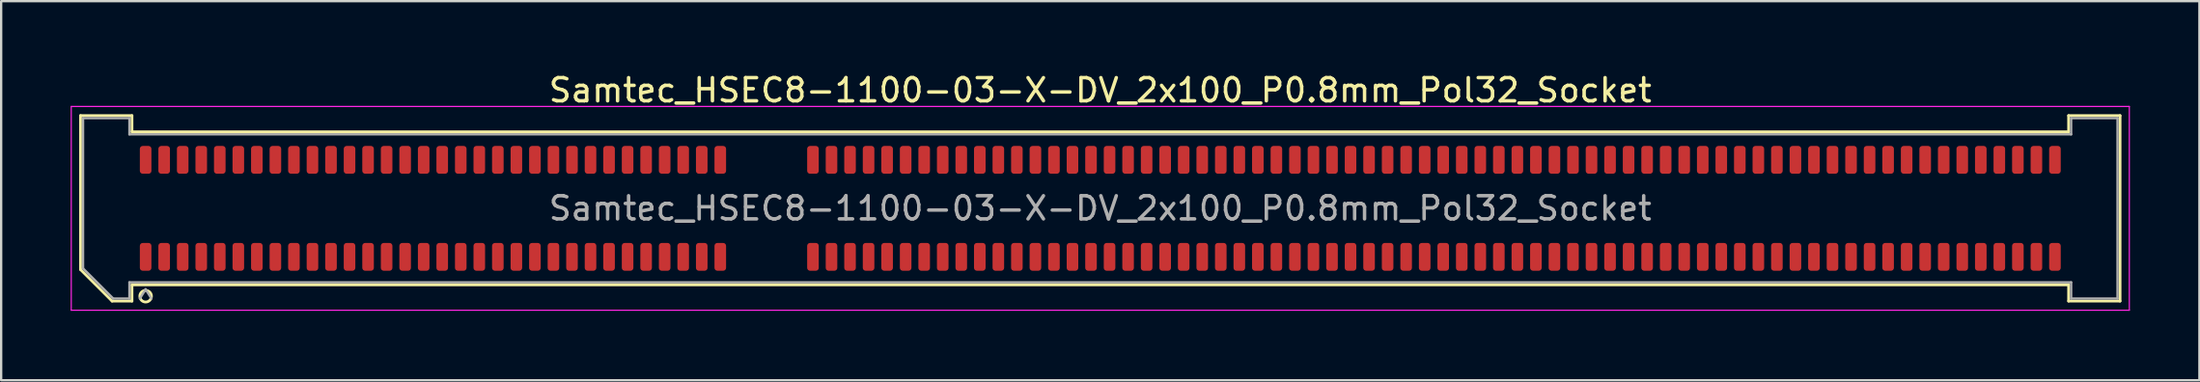
<source format=kicad_pcb>
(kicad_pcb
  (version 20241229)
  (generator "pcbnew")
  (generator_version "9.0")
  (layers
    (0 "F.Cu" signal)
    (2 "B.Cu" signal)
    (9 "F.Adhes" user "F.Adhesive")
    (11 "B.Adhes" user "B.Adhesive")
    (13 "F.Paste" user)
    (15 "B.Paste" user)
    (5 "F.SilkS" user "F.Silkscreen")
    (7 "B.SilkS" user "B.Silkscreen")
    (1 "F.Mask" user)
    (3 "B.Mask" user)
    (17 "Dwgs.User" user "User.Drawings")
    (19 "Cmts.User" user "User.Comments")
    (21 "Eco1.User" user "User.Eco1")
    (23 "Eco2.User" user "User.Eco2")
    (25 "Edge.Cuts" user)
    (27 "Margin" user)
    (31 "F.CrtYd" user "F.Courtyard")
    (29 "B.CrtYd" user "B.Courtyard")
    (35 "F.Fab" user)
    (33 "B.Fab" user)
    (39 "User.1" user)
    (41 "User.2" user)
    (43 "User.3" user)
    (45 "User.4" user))
  (footprint "Samtec_HSEC8-1100-03-X-DV_2x100_P0.8mm_Pol32_Socket"
    (layer "F.Cu")
    (at 44.435 5.948)
    (property "Reference" "Samtec_HSEC8-1100-03-X-DV_2x100_P0.8mm_Pol32_Socket" (at 0 -5.1 0) (layer "F.SilkS") (effects (font (size 1 1) (thickness 0.15))))
    (attr smd)
    (fp_line (start -44.01 -4.005) (end -41.79 -4.005) (stroke (width 0.12) (type solid)) (layer "F.SilkS"))
    (fp_line (start -44.01 2.641) (end -44.01 -4.005) (stroke (width 0.12) (type solid)) (layer "F.SilkS"))
    (fp_line (start -42.646 4.005) (end -44.01 2.641) (stroke (width 0.12) (type solid)) (layer "F.SilkS"))
    (fp_line (start -41.79 -4.005) (end -41.79 -3.305) (stroke (width 0.12) (type solid)) (layer "F.SilkS"))
    (fp_line (start -41.79 -3.305) (end 41.79 -3.305) (stroke (width 0.12) (type solid)) (layer "F.SilkS"))
    (fp_line (start -41.79 3.305) (end -41.79 4.005) (stroke (width 0.12) (type solid)) (layer "F.SilkS"))
    (fp_line (start -41.79 4.005) (end -42.646 4.005) (stroke (width 0.12) (type solid)) (layer "F.SilkS"))
    (fp_line (start 41.79 -4.005) (end 44.01 -4.005) (stroke (width 0.12) (type solid)) (layer "F.SilkS"))
    (fp_line (start 41.79 -3.305) (end 41.79 -4.005) (stroke (width 0.12) (type solid)) (layer "F.SilkS"))
    (fp_line (start 41.79 3.305) (end -41.79 3.305) (stroke (width 0.12) (type solid)) (layer "F.SilkS"))
    (fp_line (start 41.79 4.005) (end 41.79 3.305) (stroke (width 0.12) (type solid)) (layer "F.SilkS"))
    (fp_line (start 44.01 -4.005) (end 44.01 4.005) (stroke (width 0.12) (type solid)) (layer "F.SilkS"))
    (fp_line (start 44.01 4.005) (end 41.79 4.005) (stroke (width 0.12) (type solid)) (layer "F.SilkS"))
    (fp_arc (start -40.95 3.795) (mid -41.45 3.795) (end -40.95 3.795) (stroke (width 0.12) (type solid)) (layer "F.SilkS"))
    (fp_line (start -44.41 -4.4) (end -44.41 4.4) (stroke (width 0.05) (type solid)) (layer "F.CrtYd"))
    (fp_line (start -44.41 4.4) (end 44.41 4.4) (stroke (width 0.05) (type solid)) (layer "F.CrtYd"))
    (fp_line (start 44.41 -4.4) (end -44.41 -4.4) (stroke (width 0.05) (type solid)) (layer "F.CrtYd"))
    (fp_line (start 44.41 4.4) (end 44.41 -4.4) (stroke (width 0.05) (type solid)) (layer "F.CrtYd"))
    (fp_line (start -43.9 -3.895) (end -41.9 -3.895) (stroke (width 0.1) (type solid)) (layer "F.Fab"))
    (fp_line (start -43.9 2.595) (end -43.9 -3.895) (stroke (width 0.1) (type solid)) (layer "F.Fab"))
    (fp_line (start -42.6 3.895) (end -43.9 2.595) (stroke (width 0.1) (type solid)) (layer "F.Fab"))
    (fp_line (start -41.9 -3.895) (end -41.9 -3.195) (stroke (width 0.1) (type solid)) (layer "F.Fab"))
    (fp_line (start -41.9 -3.195) (end 41.9 -3.195) (stroke (width 0.1) (type solid)) (layer "F.Fab"))
    (fp_line (start -41.9 3.195) (end -41.9 3.895) (stroke (width 0.1) (type solid)) (layer "F.Fab"))
    (fp_line (start -41.9 3.895) (end -42.6 3.895) (stroke (width 0.1) (type solid)) (layer "F.Fab"))
    (fp_line (start -41.2 3.495) (end -41.45 3.895) (stroke (width 0.1) (type solid)) (layer "F.Fab"))
    (fp_line (start -41.2 3.495) (end -40.95 3.895) (stroke (width 0.1) (type solid)) (layer "F.Fab"))
    (fp_line (start 41.9 -3.895) (end 43.9 -3.895) (stroke (width 0.1) (type solid)) (layer "F.Fab"))
    (fp_line (start 41.9 -3.195) (end 41.9 -3.895) (stroke (width 0.1) (type solid)) (layer "F.Fab"))
    (fp_line (start 41.9 3.195) (end -41.9 3.195) (stroke (width 0.1) (type solid)) (layer "F.Fab"))
    (fp_line (start 41.9 3.895) (end 41.9 3.195) (stroke (width 0.1) (type solid)) (layer "F.Fab"))
    (fp_line (start 43.9 -3.895) (end 43.9 3.895) (stroke (width 0.1) (type solid)) (layer "F.Fab"))
    (fp_line (start 43.9 3.895) (end 41.9 3.895) (stroke (width 0.1) (type solid)) (layer "F.Fab"))
    (fp_text user "${REFERENCE}" (at 0 0 0) (layer "F.Fab") (effects (font (size 1 1) (thickness 0.15))))
    (pad "1" smd roundrect (at -41.2 2.095) (size 0.5 1.2) (layers "F.Cu" "F.Mask" "F.Paste") (roundrect_rratio 0.25))
    (pad "2" smd roundrect (at -41.2 -2.095) (size 0.5 1.2) (layers "F.Cu" "F.Mask" "F.Paste") (roundrect_rratio 0.25))
    (pad "3" smd roundrect (at -40.4 2.095) (size 0.5 1.2) (layers "F.Cu" "F.Mask" "F.Paste") (roundrect_rratio 0.25))
    (pad "4" smd roundrect (at -40.4 -2.095) (size 0.5 1.2) (layers "F.Cu" "F.Mask" "F.Paste") (roundrect_rratio 0.25))
    (pad "5" smd roundrect (at -39.6 2.095) (size 0.5 1.2) (layers "F.Cu" "F.Mask" "F.Paste") (roundrect_rratio 0.25))
    (pad "6" smd roundrect (at -39.6 -2.095) (size 0.5 1.2) (layers "F.Cu" "F.Mask" "F.Paste") (roundrect_rratio 0.25))
    (pad "7" smd roundrect (at -38.8 2.095) (size 0.5 1.2) (layers "F.Cu" "F.Mask" "F.Paste") (roundrect_rratio 0.25))
    (pad "8" smd roundrect (at -38.8 -2.095) (size 0.5 1.2) (layers "F.Cu" "F.Mask" "F.Paste") (roundrect_rratio 0.25))
    (pad "9" smd roundrect (at -38 2.095) (size 0.5 1.2) (layers "F.Cu" "F.Mask" "F.Paste") (roundrect_rratio 0.25))
    (pad "10" smd roundrect (at -38 -2.095) (size 0.5 1.2) (layers "F.Cu" "F.Mask" "F.Paste") (roundrect_rratio 0.25))
    (pad "11" smd roundrect (at -37.2 2.095) (size 0.5 1.2) (layers "F.Cu" "F.Mask" "F.Paste") (roundrect_rratio 0.25))
    (pad "12" smd roundrect (at -37.2 -2.095) (size 0.5 1.2) (layers "F.Cu" "F.Mask" "F.Paste") (roundrect_rratio 0.25))
    (pad "13" smd roundrect (at -36.4 2.095) (size 0.5 1.2) (layers "F.Cu" "F.Mask" "F.Paste") (roundrect_rratio 0.25))
    (pad "14" smd roundrect (at -36.4 -2.095) (size 0.5 1.2) (layers "F.Cu" "F.Mask" "F.Paste") (roundrect_rratio 0.25))
    (pad "15" smd roundrect (at -35.6 2.095) (size 0.5 1.2) (layers "F.Cu" "F.Mask" "F.Paste") (roundrect_rratio 0.25))
    (pad "16" smd roundrect (at -35.6 -2.095) (size 0.5 1.2) (layers "F.Cu" "F.Mask" "F.Paste") (roundrect_rratio 0.25))
    (pad "17" smd roundrect (at -34.8 2.095) (size 0.5 1.2) (layers "F.Cu" "F.Mask" "F.Paste") (roundrect_rratio 0.25))
    (pad "18" smd roundrect (at -34.8 -2.095) (size 0.5 1.2) (layers "F.Cu" "F.Mask" "F.Paste") (roundrect_rratio 0.25))
    (pad "19" smd roundrect (at -34 2.095) (size 0.5 1.2) (layers "F.Cu" "F.Mask" "F.Paste") (roundrect_rratio 0.25))
    (pad "20" smd roundrect (at -34 -2.095) (size 0.5 1.2) (layers "F.Cu" "F.Mask" "F.Paste") (roundrect_rratio 0.25))
    (pad "21" smd roundrect (at -33.2 2.095) (size 0.5 1.2) (layers "F.Cu" "F.Mask" "F.Paste") (roundrect_rratio 0.25))
    (pad "22" smd roundrect (at -33.2 -2.095) (size 0.5 1.2) (layers "F.Cu" "F.Mask" "F.Paste") (roundrect_rratio 0.25))
    (pad "23" smd roundrect (at -32.4 2.095) (size 0.5 1.2) (layers "F.Cu" "F.Mask" "F.Paste") (roundrect_rratio 0.25))
    (pad "24" smd roundrect (at -32.4 -2.095) (size 0.5 1.2) (layers "F.Cu" "F.Mask" "F.Paste") (roundrect_rratio 0.25))
    (pad "25" smd roundrect (at -31.6 2.095) (size 0.5 1.2) (layers "F.Cu" "F.Mask" "F.Paste") (roundrect_rratio 0.25))
    (pad "26" smd roundrect (at -31.6 -2.095) (size 0.5 1.2) (layers "F.Cu" "F.Mask" "F.Paste") (roundrect_rratio 0.25))
    (pad "27" smd roundrect (at -30.8 2.095) (size 0.5 1.2) (layers "F.Cu" "F.Mask" "F.Paste") (roundrect_rratio 0.25))
    (pad "28" smd roundrect (at -30.8 -2.095) (size 0.5 1.2) (layers "F.Cu" "F.Mask" "F.Paste") (roundrect_rratio 0.25))
    (pad "29" smd roundrect (at -30 2.095) (size 0.5 1.2) (layers "F.Cu" "F.Mask" "F.Paste") (roundrect_rratio 0.25))
    (pad "30" smd roundrect (at -30 -2.095) (size 0.5 1.2) (layers "F.Cu" "F.Mask" "F.Paste") (roundrect_rratio 0.25))
    (pad "31" smd roundrect (at -29.2 2.095) (size 0.5 1.2) (layers "F.Cu" "F.Mask" "F.Paste") (roundrect_rratio 0.25))
    (pad "32" smd roundrect (at -29.2 -2.095) (size 0.5 1.2) (layers "F.Cu" "F.Mask" "F.Paste") (roundrect_rratio 0.25))
    (pad "33" smd roundrect (at -28.4 2.095) (size 0.5 1.2) (layers "F.Cu" "F.Mask" "F.Paste") (roundrect_rratio 0.25))
    (pad "34" smd roundrect (at -28.4 -2.095) (size 0.5 1.2) (layers "F.Cu" "F.Mask" "F.Paste") (roundrect_rratio 0.25))
    (pad "35" smd roundrect (at -27.6 2.095) (size 0.5 1.2) (layers "F.Cu" "F.Mask" "F.Paste") (roundrect_rratio 0.25))
    (pad "36" smd roundrect (at -27.6 -2.095) (size 0.5 1.2) (layers "F.Cu" "F.Mask" "F.Paste") (roundrect_rratio 0.25))
    (pad "37" smd roundrect (at -26.8 2.095) (size 0.5 1.2) (layers "F.Cu" "F.Mask" "F.Paste") (roundrect_rratio 0.25))
    (pad "38" smd roundrect (at -26.8 -2.095) (size 0.5 1.2) (layers "F.Cu" "F.Mask" "F.Paste") (roundrect_rratio 0.25))
    (pad "39" smd roundrect (at -26 2.095) (size 0.5 1.2) (layers "F.Cu" "F.Mask" "F.Paste") (roundrect_rratio 0.25))
    (pad "40" smd roundrect (at -26 -2.095) (size 0.5 1.2) (layers "F.Cu" "F.Mask" "F.Paste") (roundrect_rratio 0.25))
    (pad "41" smd roundrect (at -25.2 2.095) (size 0.5 1.2) (layers "F.Cu" "F.Mask" "F.Paste") (roundrect_rratio 0.25))
    (pad "42" smd roundrect (at -25.2 -2.095) (size 0.5 1.2) (layers "F.Cu" "F.Mask" "F.Paste") (roundrect_rratio 0.25))
    (pad "43" smd roundrect (at -24.4 2.095) (size 0.5 1.2) (layers "F.Cu" "F.Mask" "F.Paste") (roundrect_rratio 0.25))
    (pad "44" smd roundrect (at -24.4 -2.095) (size 0.5 1.2) (layers "F.Cu" "F.Mask" "F.Paste") (roundrect_rratio 0.25))
    (pad "45" smd roundrect (at -23.6 2.095) (size 0.5 1.2) (layers "F.Cu" "F.Mask" "F.Paste") (roundrect_rratio 0.25))
    (pad "46" smd roundrect (at -23.6 -2.095) (size 0.5 1.2) (layers "F.Cu" "F.Mask" "F.Paste") (roundrect_rratio 0.25))
    (pad "47" smd roundrect (at -22.8 2.095) (size 0.5 1.2) (layers "F.Cu" "F.Mask" "F.Paste") (roundrect_rratio 0.25))
    (pad "48" smd roundrect (at -22.8 -2.095) (size 0.5 1.2) (layers "F.Cu" "F.Mask" "F.Paste") (roundrect_rratio 0.25))
    (pad "49" smd roundrect (at -22 2.095) (size 0.5 1.2) (layers "F.Cu" "F.Mask" "F.Paste") (roundrect_rratio 0.25))
    (pad "50" smd roundrect (at -22 -2.095) (size 0.5 1.2) (layers "F.Cu" "F.Mask" "F.Paste") (roundrect_rratio 0.25))
    (pad "51" smd roundrect (at -21.2 2.095) (size 0.5 1.2) (layers "F.Cu" "F.Mask" "F.Paste") (roundrect_rratio 0.25))
    (pad "52" smd roundrect (at -21.2 -2.095) (size 0.5 1.2) (layers "F.Cu" "F.Mask" "F.Paste") (roundrect_rratio 0.25))
    (pad "53" smd roundrect (at -20.4 2.095) (size 0.5 1.2) (layers "F.Cu" "F.Mask" "F.Paste") (roundrect_rratio 0.25))
    (pad "54" smd roundrect (at -20.4 -2.095) (size 0.5 1.2) (layers "F.Cu" "F.Mask" "F.Paste") (roundrect_rratio 0.25))
    (pad "55" smd roundrect (at -19.6 2.095) (size 0.5 1.2) (layers "F.Cu" "F.Mask" "F.Paste") (roundrect_rratio 0.25))
    (pad "56" smd roundrect (at -19.6 -2.095) (size 0.5 1.2) (layers "F.Cu" "F.Mask" "F.Paste") (roundrect_rratio 0.25))
    (pad "57" smd roundrect (at -18.8 2.095) (size 0.5 1.2) (layers "F.Cu" "F.Mask" "F.Paste") (roundrect_rratio 0.25))
    (pad "58" smd roundrect (at -18.8 -2.095) (size 0.5 1.2) (layers "F.Cu" "F.Mask" "F.Paste") (roundrect_rratio 0.25))
    (pad "59" smd roundrect (at -18 2.095) (size 0.5 1.2) (layers "F.Cu" "F.Mask" "F.Paste") (roundrect_rratio 0.25))
    (pad "60" smd roundrect (at -18 -2.095) (size 0.5 1.2) (layers "F.Cu" "F.Mask" "F.Paste") (roundrect_rratio 0.25))
    (pad "61" smd roundrect (at -17.2 2.095) (size 0.5 1.2) (layers "F.Cu" "F.Mask" "F.Paste") (roundrect_rratio 0.25))
    (pad "62" smd roundrect (at -17.2 -2.095) (size 0.5 1.2) (layers "F.Cu" "F.Mask" "F.Paste") (roundrect_rratio 0.25))
    (pad "63" smd roundrect (at -16.4 2.095) (size 0.5 1.2) (layers "F.Cu" "F.Mask" "F.Paste") (roundrect_rratio 0.25))
    (pad "64" smd roundrect (at -16.4 -2.095) (size 0.5 1.2) (layers "F.Cu" "F.Mask" "F.Paste") (roundrect_rratio 0.25))
    (pad "65" smd roundrect (at -12.4 2.095) (size 0.5 1.2) (layers "F.Cu" "F.Mask" "F.Paste") (roundrect_rratio 0.25))
    (pad "66" smd roundrect (at -12.4 -2.095) (size 0.5 1.2) (layers "F.Cu" "F.Mask" "F.Paste") (roundrect_rratio 0.25))
    (pad "67" smd roundrect (at -11.6 2.095) (size 0.5 1.2) (layers "F.Cu" "F.Mask" "F.Paste") (roundrect_rratio 0.25))
    (pad "68" smd roundrect (at -11.6 -2.095) (size 0.5 1.2) (layers "F.Cu" "F.Mask" "F.Paste") (roundrect_rratio 0.25))
    (pad "69" smd roundrect (at -10.8 2.095) (size 0.5 1.2) (layers "F.Cu" "F.Mask" "F.Paste") (roundrect_rratio 0.25))
    (pad "70" smd roundrect (at -10.8 -2.095) (size 0.5 1.2) (layers "F.Cu" "F.Mask" "F.Paste") (roundrect_rratio 0.25))
    (pad "71" smd roundrect (at -10 2.095) (size 0.5 1.2) (layers "F.Cu" "F.Mask" "F.Paste") (roundrect_rratio 0.25))
    (pad "72" smd roundrect (at -10 -2.095) (size 0.5 1.2) (layers "F.Cu" "F.Mask" "F.Paste") (roundrect_rratio 0.25))
    (pad "73" smd roundrect (at -9.2 2.095) (size 0.5 1.2) (layers "F.Cu" "F.Mask" "F.Paste") (roundrect_rratio 0.25))
    (pad "74" smd roundrect (at -9.2 -2.095) (size 0.5 1.2) (layers "F.Cu" "F.Mask" "F.Paste") (roundrect_rratio 0.25))
    (pad "75" smd roundrect (at -8.4 2.095) (size 0.5 1.2) (layers "F.Cu" "F.Mask" "F.Paste") (roundrect_rratio 0.25))
    (pad "76" smd roundrect (at -8.4 -2.095) (size 0.5 1.2) (layers "F.Cu" "F.Mask" "F.Paste") (roundrect_rratio 0.25))
    (pad "77" smd roundrect (at -7.6 2.095) (size 0.5 1.2) (layers "F.Cu" "F.Mask" "F.Paste") (roundrect_rratio 0.25))
    (pad "78" smd roundrect (at -7.6 -2.095) (size 0.5 1.2) (layers "F.Cu" "F.Mask" "F.Paste") (roundrect_rratio 0.25))
    (pad "79" smd roundrect (at -6.8 2.095) (size 0.5 1.2) (layers "F.Cu" "F.Mask" "F.Paste") (roundrect_rratio 0.25))
    (pad "80" smd roundrect (at -6.8 -2.095) (size 0.5 1.2) (layers "F.Cu" "F.Mask" "F.Paste") (roundrect_rratio 0.25))
    (pad "81" smd roundrect (at -6 2.095) (size 0.5 1.2) (layers "F.Cu" "F.Mask" "F.Paste") (roundrect_rratio 0.25))
    (pad "82" smd roundrect (at -6 -2.095) (size 0.5 1.2) (layers "F.Cu" "F.Mask" "F.Paste") (roundrect_rratio 0.25))
    (pad "83" smd roundrect (at -5.2 2.095) (size 0.5 1.2) (layers "F.Cu" "F.Mask" "F.Paste") (roundrect_rratio 0.25))
    (pad "84" smd roundrect (at -5.2 -2.095) (size 0.5 1.2) (layers "F.Cu" "F.Mask" "F.Paste") (roundrect_rratio 0.25))
    (pad "85" smd roundrect (at -4.4 2.095) (size 0.5 1.2) (layers "F.Cu" "F.Mask" "F.Paste") (roundrect_rratio 0.25))
    (pad "86" smd roundrect (at -4.4 -2.095) (size 0.5 1.2) (layers "F.Cu" "F.Mask" "F.Paste") (roundrect_rratio 0.25))
    (pad "87" smd roundrect (at -3.6 2.095) (size 0.5 1.2) (layers "F.Cu" "F.Mask" "F.Paste") (roundrect_rratio 0.25))
    (pad "88" smd roundrect (at -3.6 -2.095) (size 0.5 1.2) (layers "F.Cu" "F.Mask" "F.Paste") (roundrect_rratio 0.25))
    (pad "89" smd roundrect (at -2.8 2.095) (size 0.5 1.2) (layers "F.Cu" "F.Mask" "F.Paste") (roundrect_rratio 0.25))
    (pad "90" smd roundrect (at -2.8 -2.095) (size 0.5 1.2) (layers "F.Cu" "F.Mask" "F.Paste") (roundrect_rratio 0.25))
    (pad "91" smd roundrect (at -2 2.095) (size 0.5 1.2) (layers "F.Cu" "F.Mask" "F.Paste") (roundrect_rratio 0.25))
    (pad "92" smd roundrect (at -2 -2.095) (size 0.5 1.2) (layers "F.Cu" "F.Mask" "F.Paste") (roundrect_rratio 0.25))
    (pad "93" smd roundrect (at -1.2 2.095) (size 0.5 1.2) (layers "F.Cu" "F.Mask" "F.Paste") (roundrect_rratio 0.25))
    (pad "94" smd roundrect (at -1.2 -2.095) (size 0.5 1.2) (layers "F.Cu" "F.Mask" "F.Paste") (roundrect_rratio 0.25))
    (pad "95" smd roundrect (at -0.4 2.095) (size 0.5 1.2) (layers "F.Cu" "F.Mask" "F.Paste") (roundrect_rratio 0.25))
    (pad "96" smd roundrect (at -0.4 -2.095) (size 0.5 1.2) (layers "F.Cu" "F.Mask" "F.Paste") (roundrect_rratio 0.25))
    (pad "97" smd roundrect (at 0.4 2.095) (size 0.5 1.2) (layers "F.Cu" "F.Mask" "F.Paste") (roundrect_rratio 0.25))
    (pad "98" smd roundrect (at 0.4 -2.095) (size 0.5 1.2) (layers "F.Cu" "F.Mask" "F.Paste") (roundrect_rratio 0.25))
    (pad "99" smd roundrect (at 1.2 2.095) (size 0.5 1.2) (layers "F.Cu" "F.Mask" "F.Paste") (roundrect_rratio 0.25))
    (pad "100" smd roundrect (at 1.2 -2.095) (size 0.5 1.2) (layers "F.Cu" "F.Mask" "F.Paste") (roundrect_rratio 0.25))
    (pad "101" smd roundrect (at 2 2.095) (size 0.5 1.2) (layers "F.Cu" "F.Mask" "F.Paste") (roundrect_rratio 0.25))
    (pad "102" smd roundrect (at 2 -2.095) (size 0.5 1.2) (layers "F.Cu" "F.Mask" "F.Paste") (roundrect_rratio 0.25))
    (pad "103" smd roundrect (at 2.8 2.095) (size 0.5 1.2) (layers "F.Cu" "F.Mask" "F.Paste") (roundrect_rratio 0.25))
    (pad "104" smd roundrect (at 2.8 -2.095) (size 0.5 1.2) (layers "F.Cu" "F.Mask" "F.Paste") (roundrect_rratio 0.25))
    (pad "105" smd roundrect (at 3.6 2.095) (size 0.5 1.2) (layers "F.Cu" "F.Mask" "F.Paste") (roundrect_rratio 0.25))
    (pad "106" smd roundrect (at 3.6 -2.095) (size 0.5 1.2) (layers "F.Cu" "F.Mask" "F.Paste") (roundrect_rratio 0.25))
    (pad "107" smd roundrect (at 4.4 2.095) (size 0.5 1.2) (layers "F.Cu" "F.Mask" "F.Paste") (roundrect_rratio 0.25))
    (pad "108" smd roundrect (at 4.4 -2.095) (size 0.5 1.2) (layers "F.Cu" "F.Mask" "F.Paste") (roundrect_rratio 0.25))
    (pad "109" smd roundrect (at 5.2 2.095) (size 0.5 1.2) (layers "F.Cu" "F.Mask" "F.Paste") (roundrect_rratio 0.25))
    (pad "110" smd roundrect (at 5.2 -2.095) (size 0.5 1.2) (layers "F.Cu" "F.Mask" "F.Paste") (roundrect_rratio 0.25))
    (pad "111" smd roundrect (at 6 2.095) (size 0.5 1.2) (layers "F.Cu" "F.Mask" "F.Paste") (roundrect_rratio 0.25))
    (pad "112" smd roundrect (at 6 -2.095) (size 0.5 1.2) (layers "F.Cu" "F.Mask" "F.Paste") (roundrect_rratio 0.25))
    (pad "113" smd roundrect (at 6.8 2.095) (size 0.5 1.2) (layers "F.Cu" "F.Mask" "F.Paste") (roundrect_rratio 0.25))
    (pad "114" smd roundrect (at 6.8 -2.095) (size 0.5 1.2) (layers "F.Cu" "F.Mask" "F.Paste") (roundrect_rratio 0.25))
    (pad "115" smd roundrect (at 7.6 2.095) (size 0.5 1.2) (layers "F.Cu" "F.Mask" "F.Paste") (roundrect_rratio 0.25))
    (pad "116" smd roundrect (at 7.6 -2.095) (size 0.5 1.2) (layers "F.Cu" "F.Mask" "F.Paste") (roundrect_rratio 0.25))
    (pad "117" smd roundrect (at 8.4 2.095) (size 0.5 1.2) (layers "F.Cu" "F.Mask" "F.Paste") (roundrect_rratio 0.25))
    (pad "118" smd roundrect (at 8.4 -2.095) (size 0.5 1.2) (layers "F.Cu" "F.Mask" "F.Paste") (roundrect_rratio 0.25))
    (pad "119" smd roundrect (at 9.2 2.095) (size 0.5 1.2) (layers "F.Cu" "F.Mask" "F.Paste") (roundrect_rratio 0.25))
    (pad "120" smd roundrect (at 9.2 -2.095) (size 0.5 1.2) (layers "F.Cu" "F.Mask" "F.Paste") (roundrect_rratio 0.25))
    (pad "121" smd roundrect (at 10 2.095) (size 0.5 1.2) (layers "F.Cu" "F.Mask" "F.Paste") (roundrect_rratio 0.25))
    (pad "122" smd roundrect (at 10 -2.095) (size 0.5 1.2) (layers "F.Cu" "F.Mask" "F.Paste") (roundrect_rratio 0.25))
    (pad "123" smd roundrect (at 10.8 2.095) (size 0.5 1.2) (layers "F.Cu" "F.Mask" "F.Paste") (roundrect_rratio 0.25))
    (pad "124" smd roundrect (at 10.8 -2.095) (size 0.5 1.2) (layers "F.Cu" "F.Mask" "F.Paste") (roundrect_rratio 0.25))
    (pad "125" smd roundrect (at 11.6 2.095) (size 0.5 1.2) (layers "F.Cu" "F.Mask" "F.Paste") (roundrect_rratio 0.25))
    (pad "126" smd roundrect (at 11.6 -2.095) (size 0.5 1.2) (layers "F.Cu" "F.Mask" "F.Paste") (roundrect_rratio 0.25))
    (pad "127" smd roundrect (at 12.4 2.095) (size 0.5 1.2) (layers "F.Cu" "F.Mask" "F.Paste") (roundrect_rratio 0.25))
    (pad "128" smd roundrect (at 12.4 -2.095) (size 0.5 1.2) (layers "F.Cu" "F.Mask" "F.Paste") (roundrect_rratio 0.25))
    (pad "129" smd roundrect (at 13.2 2.095) (size 0.5 1.2) (layers "F.Cu" "F.Mask" "F.Paste") (roundrect_rratio 0.25))
    (pad "130" smd roundrect (at 13.2 -2.095) (size 0.5 1.2) (layers "F.Cu" "F.Mask" "F.Paste") (roundrect_rratio 0.25))
    (pad "131" smd roundrect (at 14 2.095) (size 0.5 1.2) (layers "F.Cu" "F.Mask" "F.Paste") (roundrect_rratio 0.25))
    (pad "132" smd roundrect (at 14 -2.095) (size 0.5 1.2) (layers "F.Cu" "F.Mask" "F.Paste") (roundrect_rratio 0.25))
    (pad "133" smd roundrect (at 14.8 2.095) (size 0.5 1.2) (layers "F.Cu" "F.Mask" "F.Paste") (roundrect_rratio 0.25))
    (pad "134" smd roundrect (at 14.8 -2.095) (size 0.5 1.2) (layers "F.Cu" "F.Mask" "F.Paste") (roundrect_rratio 0.25))
    (pad "135" smd roundrect (at 15.6 2.095) (size 0.5 1.2) (layers "F.Cu" "F.Mask" "F.Paste") (roundrect_rratio 0.25))
    (pad "136" smd roundrect (at 15.6 -2.095) (size 0.5 1.2) (layers "F.Cu" "F.Mask" "F.Paste") (roundrect_rratio 0.25))
    (pad "137" smd roundrect (at 16.4 2.095) (size 0.5 1.2) (layers "F.Cu" "F.Mask" "F.Paste") (roundrect_rratio 0.25))
    (pad "138" smd roundrect (at 16.4 -2.095) (size 0.5 1.2) (layers "F.Cu" "F.Mask" "F.Paste") (roundrect_rratio 0.25))
    (pad "139" smd roundrect (at 17.2 2.095) (size 0.5 1.2) (layers "F.Cu" "F.Mask" "F.Paste") (roundrect_rratio 0.25))
    (pad "140" smd roundrect (at 17.2 -2.095) (size 0.5 1.2) (layers "F.Cu" "F.Mask" "F.Paste") (roundrect_rratio 0.25))
    (pad "141" smd roundrect (at 18 2.095) (size 0.5 1.2) (layers "F.Cu" "F.Mask" "F.Paste") (roundrect_rratio 0.25))
    (pad "142" smd roundrect (at 18 -2.095) (size 0.5 1.2) (layers "F.Cu" "F.Mask" "F.Paste") (roundrect_rratio 0.25))
    (pad "143" smd roundrect (at 18.8 2.095) (size 0.5 1.2) (layers "F.Cu" "F.Mask" "F.Paste") (roundrect_rratio 0.25))
    (pad "144" smd roundrect (at 18.8 -2.095) (size 0.5 1.2) (layers "F.Cu" "F.Mask" "F.Paste") (roundrect_rratio 0.25))
    (pad "145" smd roundrect (at 19.6 2.095) (size 0.5 1.2) (layers "F.Cu" "F.Mask" "F.Paste") (roundrect_rratio 0.25))
    (pad "146" smd roundrect (at 19.6 -2.095) (size 0.5 1.2) (layers "F.Cu" "F.Mask" "F.Paste") (roundrect_rratio 0.25))
    (pad "147" smd roundrect (at 20.4 2.095) (size 0.5 1.2) (layers "F.Cu" "F.Mask" "F.Paste") (roundrect_rratio 0.25))
    (pad "148" smd roundrect (at 20.4 -2.095) (size 0.5 1.2) (layers "F.Cu" "F.Mask" "F.Paste") (roundrect_rratio 0.25))
    (pad "149" smd roundrect (at 21.2 2.095) (size 0.5 1.2) (layers "F.Cu" "F.Mask" "F.Paste") (roundrect_rratio 0.25))
    (pad "150" smd roundrect (at 21.2 -2.095) (size 0.5 1.2) (layers "F.Cu" "F.Mask" "F.Paste") (roundrect_rratio 0.25))
    (pad "151" smd roundrect (at 22 2.095) (size 0.5 1.2) (layers "F.Cu" "F.Mask" "F.Paste") (roundrect_rratio 0.25))
    (pad "152" smd roundrect (at 22 -2.095) (size 0.5 1.2) (layers "F.Cu" "F.Mask" "F.Paste") (roundrect_rratio 0.25))
    (pad "153" smd roundrect (at 22.8 2.095) (size 0.5 1.2) (layers "F.Cu" "F.Mask" "F.Paste") (roundrect_rratio 0.25))
    (pad "154" smd roundrect (at 22.8 -2.095) (size 0.5 1.2) (layers "F.Cu" "F.Mask" "F.Paste") (roundrect_rratio 0.25))
    (pad "155" smd roundrect (at 23.6 2.095) (size 0.5 1.2) (layers "F.Cu" "F.Mask" "F.Paste") (roundrect_rratio 0.25))
    (pad "156" smd roundrect (at 23.6 -2.095) (size 0.5 1.2) (layers "F.Cu" "F.Mask" "F.Paste") (roundrect_rratio 0.25))
    (pad "157" smd roundrect (at 24.4 2.095) (size 0.5 1.2) (layers "F.Cu" "F.Mask" "F.Paste") (roundrect_rratio 0.25))
    (pad "158" smd roundrect (at 24.4 -2.095) (size 0.5 1.2) (layers "F.Cu" "F.Mask" "F.Paste") (roundrect_rratio 0.25))
    (pad "159" smd roundrect (at 25.2 2.095) (size 0.5 1.2) (layers "F.Cu" "F.Mask" "F.Paste") (roundrect_rratio 0.25))
    (pad "160" smd roundrect (at 25.2 -2.095) (size 0.5 1.2) (layers "F.Cu" "F.Mask" "F.Paste") (roundrect_rratio 0.25))
    (pad "161" smd roundrect (at 26 2.095) (size 0.5 1.2) (layers "F.Cu" "F.Mask" "F.Paste") (roundrect_rratio 0.25))
    (pad "162" smd roundrect (at 26 -2.095) (size 0.5 1.2) (layers "F.Cu" "F.Mask" "F.Paste") (roundrect_rratio 0.25))
    (pad "163" smd roundrect (at 26.8 2.095) (size 0.5 1.2) (layers "F.Cu" "F.Mask" "F.Paste") (roundrect_rratio 0.25))
    (pad "164" smd roundrect (at 26.8 -2.095) (size 0.5 1.2) (layers "F.Cu" "F.Mask" "F.Paste") (roundrect_rratio 0.25))
    (pad "165" smd roundrect (at 27.6 2.095) (size 0.5 1.2) (layers "F.Cu" "F.Mask" "F.Paste") (roundrect_rratio 0.25))
    (pad "166" smd roundrect (at 27.6 -2.095) (size 0.5 1.2) (layers "F.Cu" "F.Mask" "F.Paste") (roundrect_rratio 0.25))
    (pad "167" smd roundrect (at 28.4 2.095) (size 0.5 1.2) (layers "F.Cu" "F.Mask" "F.Paste") (roundrect_rratio 0.25))
    (pad "168" smd roundrect (at 28.4 -2.095) (size 0.5 1.2) (layers "F.Cu" "F.Mask" "F.Paste") (roundrect_rratio 0.25))
    (pad "169" smd roundrect (at 29.2 2.095) (size 0.5 1.2) (layers "F.Cu" "F.Mask" "F.Paste") (roundrect_rratio 0.25))
    (pad "170" smd roundrect (at 29.2 -2.095) (size 0.5 1.2) (layers "F.Cu" "F.Mask" "F.Paste") (roundrect_rratio 0.25))
    (pad "171" smd roundrect (at 30 2.095) (size 0.5 1.2) (layers "F.Cu" "F.Mask" "F.Paste") (roundrect_rratio 0.25))
    (pad "172" smd roundrect (at 30 -2.095) (size 0.5 1.2) (layers "F.Cu" "F.Mask" "F.Paste") (roundrect_rratio 0.25))
    (pad "173" smd roundrect (at 30.8 2.095) (size 0.5 1.2) (layers "F.Cu" "F.Mask" "F.Paste") (roundrect_rratio 0.25))
    (pad "174" smd roundrect (at 30.8 -2.095) (size 0.5 1.2) (layers "F.Cu" "F.Mask" "F.Paste") (roundrect_rratio 0.25))
    (pad "175" smd roundrect (at 31.6 2.095) (size 0.5 1.2) (layers "F.Cu" "F.Mask" "F.Paste") (roundrect_rratio 0.25))
    (pad "176" smd roundrect (at 31.6 -2.095) (size 0.5 1.2) (layers "F.Cu" "F.Mask" "F.Paste") (roundrect_rratio 0.25))
    (pad "177" smd roundrect (at 32.4 2.095) (size 0.5 1.2) (layers "F.Cu" "F.Mask" "F.Paste") (roundrect_rratio 0.25))
    (pad "178" smd roundrect (at 32.4 -2.095) (size 0.5 1.2) (layers "F.Cu" "F.Mask" "F.Paste") (roundrect_rratio 0.25))
    (pad "179" smd roundrect (at 33.2 2.095) (size 0.5 1.2) (layers "F.Cu" "F.Mask" "F.Paste") (roundrect_rratio 0.25))
    (pad "180" smd roundrect (at 33.2 -2.095) (size 0.5 1.2) (layers "F.Cu" "F.Mask" "F.Paste") (roundrect_rratio 0.25))
    (pad "181" smd roundrect (at 34 2.095) (size 0.5 1.2) (layers "F.Cu" "F.Mask" "F.Paste") (roundrect_rratio 0.25))
    (pad "182" smd roundrect (at 34 -2.095) (size 0.5 1.2) (layers "F.Cu" "F.Mask" "F.Paste") (roundrect_rratio 0.25))
    (pad "183" smd roundrect (at 34.8 2.095) (size 0.5 1.2) (layers "F.Cu" "F.Mask" "F.Paste") (roundrect_rratio 0.25))
    (pad "184" smd roundrect (at 34.8 -2.095) (size 0.5 1.2) (layers "F.Cu" "F.Mask" "F.Paste") (roundrect_rratio 0.25))
    (pad "185" smd roundrect (at 35.6 2.095) (size 0.5 1.2) (layers "F.Cu" "F.Mask" "F.Paste") (roundrect_rratio 0.25))
    (pad "186" smd roundrect (at 35.6 -2.095) (size 0.5 1.2) (layers "F.Cu" "F.Mask" "F.Paste") (roundrect_rratio 0.25))
    (pad "187" smd roundrect (at 36.4 2.095) (size 0.5 1.2) (layers "F.Cu" "F.Mask" "F.Paste") (roundrect_rratio 0.25))
    (pad "188" smd roundrect (at 36.4 -2.095) (size 0.5 1.2) (layers "F.Cu" "F.Mask" "F.Paste") (roundrect_rratio 0.25))
    (pad "189" smd roundrect (at 37.2 2.095) (size 0.5 1.2) (layers "F.Cu" "F.Mask" "F.Paste") (roundrect_rratio 0.25))
    (pad "190" smd roundrect (at 37.2 -2.095) (size 0.5 1.2) (layers "F.Cu" "F.Mask" "F.Paste") (roundrect_rratio 0.25))
    (pad "191" smd roundrect (at 38 2.095) (size 0.5 1.2) (layers "F.Cu" "F.Mask" "F.Paste") (roundrect_rratio 0.25))
    (pad "192" smd roundrect (at 38 -2.095) (size 0.5 1.2) (layers "F.Cu" "F.Mask" "F.Paste") (roundrect_rratio 0.25))
    (pad "193" smd roundrect (at 38.8 2.095) (size 0.5 1.2) (layers "F.Cu" "F.Mask" "F.Paste") (roundrect_rratio 0.25))
    (pad "194" smd roundrect (at 38.8 -2.095) (size 0.5 1.2) (layers "F.Cu" "F.Mask" "F.Paste") (roundrect_rratio 0.25))
    (pad "195" smd roundrect (at 39.6 2.095) (size 0.5 1.2) (layers "F.Cu" "F.Mask" "F.Paste") (roundrect_rratio 0.25))
    (pad "196" smd roundrect (at 39.6 -2.095) (size 0.5 1.2) (layers "F.Cu" "F.Mask" "F.Paste") (roundrect_rratio 0.25))
    (pad "197" smd roundrect (at 40.4 2.095) (size 0.5 1.2) (layers "F.Cu" "F.Mask" "F.Paste") (roundrect_rratio 0.25))
    (pad "198" smd roundrect (at 40.4 -2.095) (size 0.5 1.2) (layers "F.Cu" "F.Mask" "F.Paste") (roundrect_rratio 0.25))
    (pad "199" smd roundrect (at 41.2 2.095) (size 0.5 1.2) (layers "F.Cu" "F.Mask" "F.Paste") (roundrect_rratio 0.25))
    (pad "200" smd roundrect (at 41.2 -2.095) (size 0.5 1.2) (layers "F.Cu" "F.Mask" "F.Paste") (roundrect_rratio 0.25)))
  (gr_rect
    (start -3 -3)
    (end 91.87 13.373)
    (stroke (width 0.1) (type default))
    (fill no)
    (layer "Edge.Cuts")))
</source>
